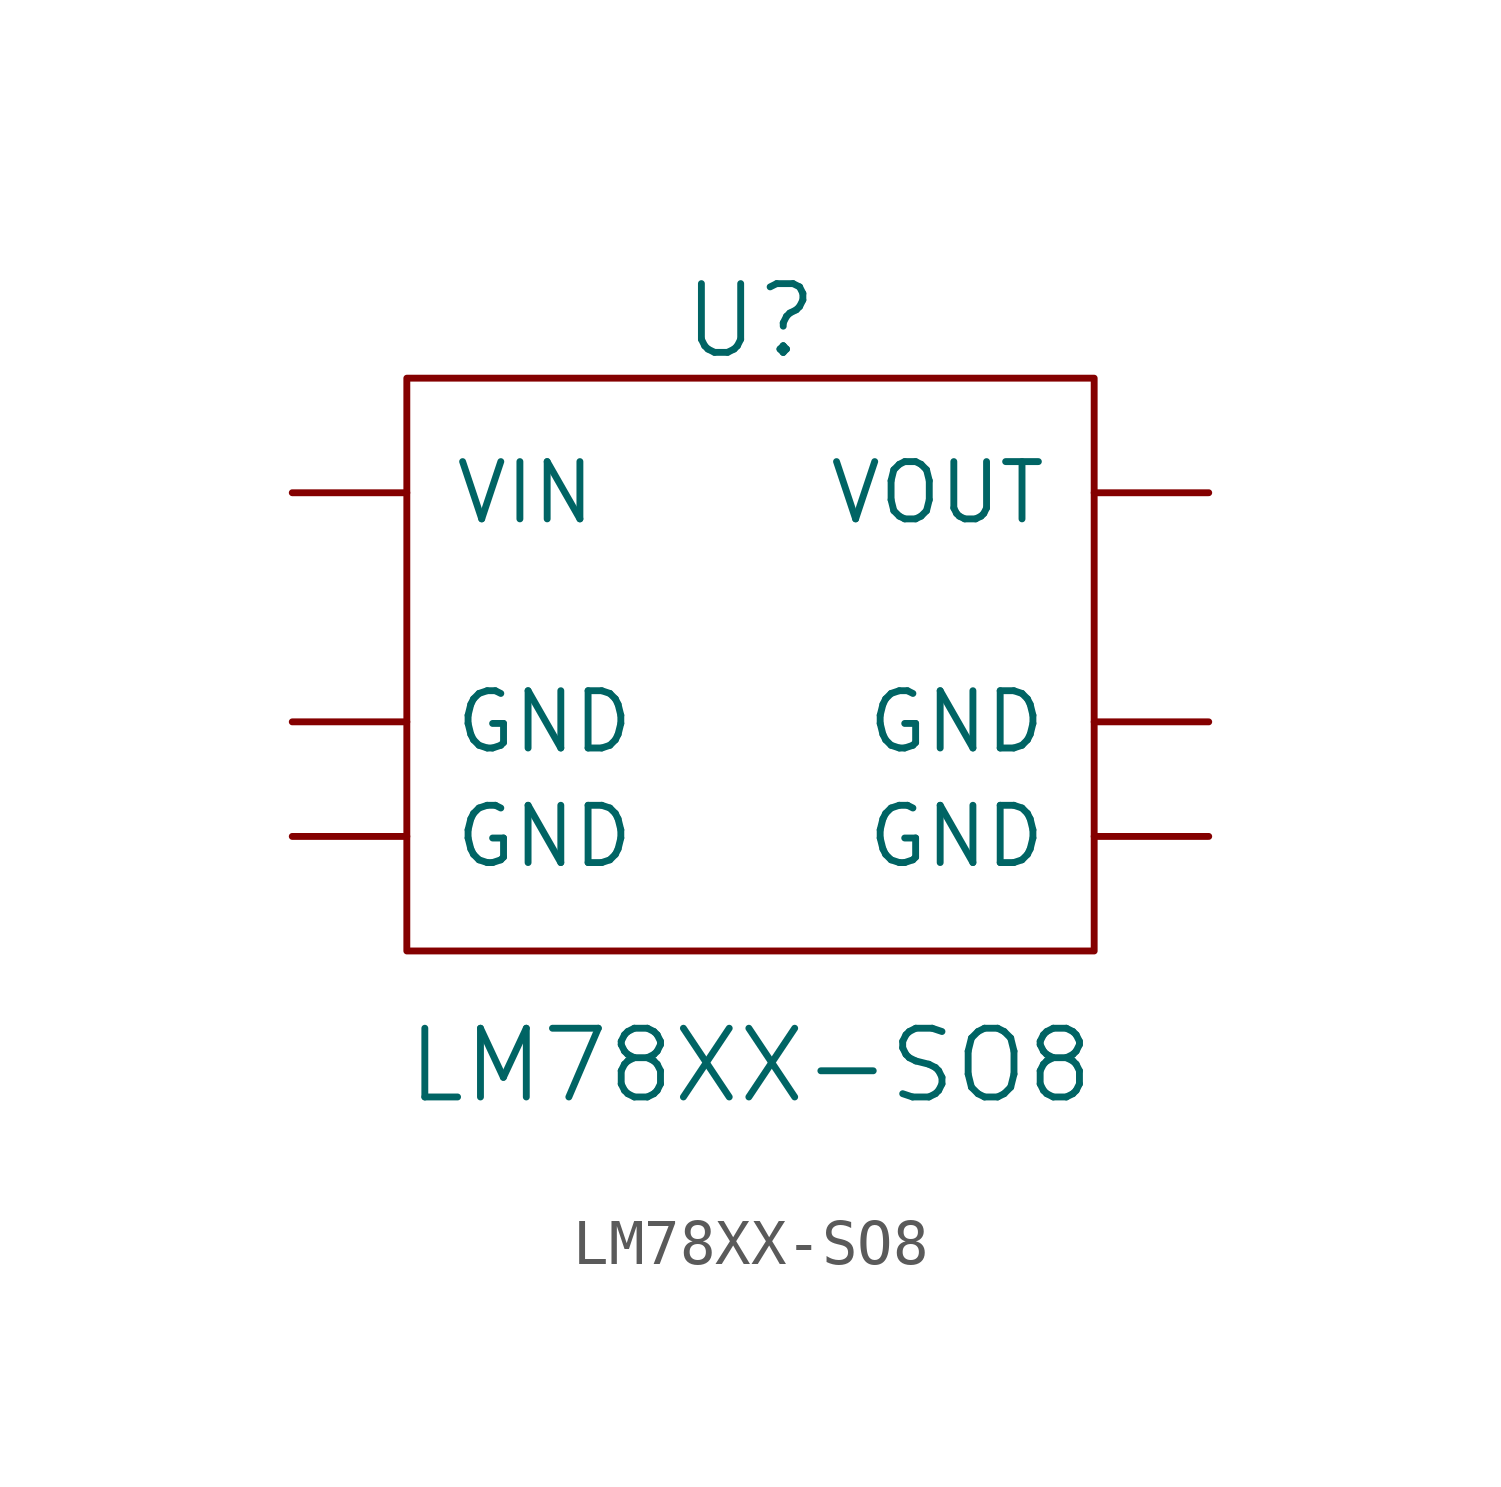
<source format=kicad_sym>
(kicad_symbol_lib
  (version 20211014)
  (generator kicad_symbol_editor)
  (symbol "LM78XX-SO8"
    (pin_numbers hide)
    (pin_names
      (offset 1.016))
    (property "Reference" "U"
      (at 0 3.81 0)
      (effects (font (size 1.524 1.524))))
    (property "Value" "LM78XX-SO8"
      (at 0 -12.7 0)
      (effects (font (size 1.524 1.524))))
    (symbol "LM78XX-SO8_0_1"
      (rectangle (start -7.62 2.54) (end 7.62 -10.16) (stroke (width 0) (type default) (color 0 0 0 0)) (fill (type none))))
    (symbol "LM78XX-SO8_1_1"
      (pin power_out line (at 10.16 0 180) (length 2.54) (name "VOUT" (effects (font (size 1.27 1.27)))) (number "1" (effects (font (size 1.27 1.27)))))
      (pin power_in line (at -10.16 -5.08 0) (length 2.54) (name "GND" (effects (font (size 1.27 1.27)))) (number "2" (effects (font (size 1.27 1.27)))))
      (pin power_in line (at -10.16 -7.62 0) (length 2.54) (name "GND" (effects (font (size 1.27 1.27)))) (number "3" (effects (font (size 1.27 1.27)))))
      (pin power_in line (at 10.16 -5.08 180) (length 2.54) (name "GND" (effects (font (size 1.27 1.27)))) (number "5" (effects (font (size 1.27 1.27)))))
      (pin power_in line (at 10.16 -7.62 180) (length 2.54) (name "GND" (effects (font (size 1.27 1.27)))) (number "6" (effects (font (size 1.27 1.27)))))
      (pin power_in line (at -10.16 0 0) (length 2.54) (name "VIN" (effects (font (size 1.27 1.27)))) (number "8" (effects (font (size 1.27 1.27))))))))
</source>
